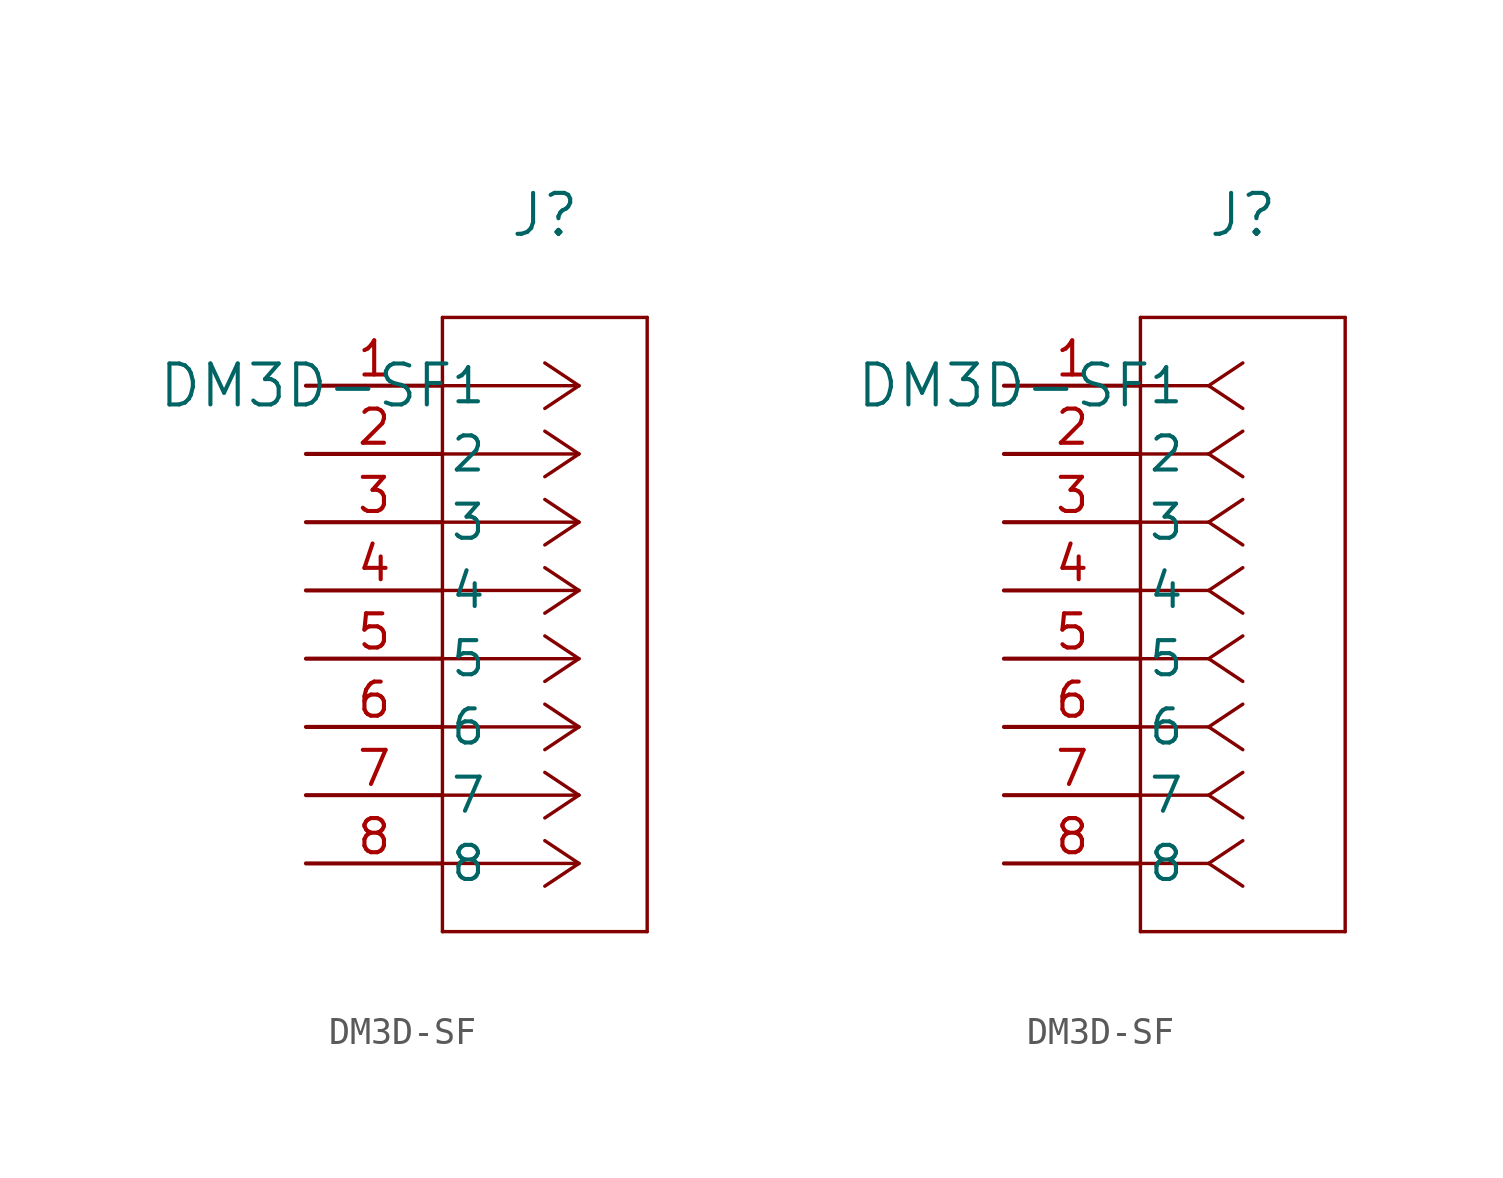
<source format=kicad_sym>
(kicad_symbol_lib
  (version 20211014)
  (generator kicad_symbol_editor)
  (symbol "DM3D-SF"
    (pin_names
      (offset 0.254))
    (property "Reference" "J"
      (at 8.89 6.35 0)
      (effects (font (size 1.524 1.524))))
    (property "Value" "DM3D-SF"
      (at 0 0 0)
      (effects (font (size 1.524 1.524))))
    (symbol "DM3D-SF_1_1"
      (polyline (pts (xy 10.16 0) (xy 5.08 0)) (stroke (width .127) (type default) (color 0 0 0 0)) (fill (type none)))
      (polyline (pts (xy 10.16 -2.54) (xy 5.08 -2.54)) (stroke (width .127) (type default) (color 0 0 0 0)) (fill (type none)))
      (polyline (pts (xy 10.16 -5.08) (xy 5.08 -5.08)) (stroke (width .127) (type default) (color 0 0 0 0)) (fill (type none)))
      (polyline (pts (xy 10.16 -7.62) (xy 5.08 -7.62)) (stroke (width .127) (type default) (color 0 0 0 0)) (fill (type none)))
      (polyline (pts (xy 10.16 -10.16) (xy 5.08 -10.16)) (stroke (width .127) (type default) (color 0 0 0 0)) (fill (type none)))
      (polyline (pts (xy 10.16 -12.7) (xy 5.08 -12.7)) (stroke (width .127) (type default) (color 0 0 0 0)) (fill (type none)))
      (polyline (pts (xy 10.16 -15.24) (xy 5.08 -15.24)) (stroke (width .127) (type default) (color 0 0 0 0)) (fill (type none)))
      (polyline (pts (xy 10.16 -17.78) (xy 5.08 -17.78)) (stroke (width .127) (type default) (color 0 0 0 0)) (fill (type none)))
      (polyline (pts (xy 10.16 0) (xy 8.89 .846666)) (stroke (width .127) (type default) (color 0 0 0 0)) (fill (type none)))
      (polyline (pts (xy 10.16 -2.54) (xy 8.89 -1.693)) (stroke (width .127) (type default) (color 0 0 0 0)) (fill (type none)))
      (polyline (pts (xy 10.16 -5.08) (xy 8.89 -4.233)) (stroke (width .127) (type default) (color 0 0 0 0)) (fill (type none)))
      (polyline (pts (xy 10.16 -7.62) (xy 8.89 -6.773)) (stroke (width .127) (type default) (color 0 0 0 0)) (fill (type none)))
      (polyline (pts (xy 10.16 -10.16) (xy 8.89 -9.313)) (stroke (width .127) (type default) (color 0 0 0 0)) (fill (type none)))
      (polyline (pts (xy 10.16 -12.7) (xy 8.89 -11.853)) (stroke (width .127) (type default) (color 0 0 0 0)) (fill (type none)))
      (polyline (pts (xy 10.16 -15.24) (xy 8.89 -14.393)) (stroke (width .127) (type default) (color 0 0 0 0)) (fill (type none)))
      (polyline (pts (xy 10.16 -17.78) (xy 8.89 -16.933)) (stroke (width .127) (type default) (color 0 0 0 0)) (fill (type none)))
      (polyline (pts (xy 10.16 0) (xy 8.89 -.846666)) (stroke (width .127) (type default) (color 0 0 0 0)) (fill (type none)))
      (polyline (pts (xy 10.16 -2.54) (xy 8.89 -3.387)) (stroke (width .127) (type default) (color 0 0 0 0)) (fill (type none)))
      (polyline (pts (xy 10.16 -5.08) (xy 8.89 -5.927)) (stroke (width .127) (type default) (color 0 0 0 0)) (fill (type none)))
      (polyline (pts (xy 10.16 -7.62) (xy 8.89 -8.467)) (stroke (width .127) (type default) (color 0 0 0 0)) (fill (type none)))
      (polyline (pts (xy 10.16 -10.16) (xy 8.89 -11.007)) (stroke (width .127) (type default) (color 0 0 0 0)) (fill (type none)))
      (polyline (pts (xy 10.16 -12.7) (xy 8.89 -13.547)) (stroke (width .127) (type default) (color 0 0 0 0)) (fill (type none)))
      (polyline (pts (xy 10.16 -15.24) (xy 8.89 -16.087)) (stroke (width .127) (type default) (color 0 0 0 0)) (fill (type none)))
      (polyline (pts (xy 10.16 -17.78) (xy 8.89 -18.627)) (stroke (width .127) (type default) (color 0 0 0 0)) (fill (type none)))
      (polyline (pts (xy 5.08 2.54) (xy 5.08 -20.32)) (stroke (width .127) (type default) (color 0 0 0 0)) (fill (type none)))
      (polyline (pts (xy 5.08 -20.32) (xy 12.7 -20.32)) (stroke (width .127) (type default) (color 0 0 0 0)) (fill (type none)))
      (polyline (pts (xy 12.7 -20.32) (xy 12.7 2.54)) (stroke (width .127) (type default) (color 0 0 0 0)) (fill (type none)))
      (polyline (pts (xy 12.7 2.54) (xy 5.08 2.54)) (stroke (width .127) (type default) (color 0 0 0 0)) (fill (type none)))
      (pin unspecified line (at 0 0 0) (length 5.08) (name "1" (effects (font (size 1.27 1.27)))) (number "1" (effects (font (size 1.27 1.27)))))
      (pin unspecified line (at 0 -2.54 0) (length 5.08) (name "2" (effects (font (size 1.27 1.27)))) (number "2" (effects (font (size 1.27 1.27)))))
      (pin unspecified line (at 0 -5.08 0) (length 5.08) (name "3" (effects (font (size 1.27 1.27)))) (number "3" (effects (font (size 1.27 1.27)))))
      (pin unspecified line (at 0 -7.62 0) (length 5.08) (name "4" (effects (font (size 1.27 1.27)))) (number "4" (effects (font (size 1.27 1.27)))))
      (pin unspecified line (at 0 -10.16 0) (length 5.08) (name "5" (effects (font (size 1.27 1.27)))) (number "5" (effects (font (size 1.27 1.27)))))
      (pin unspecified line (at 0 -12.7 0) (length 5.08) (name "6" (effects (font (size 1.27 1.27)))) (number "6" (effects (font (size 1.27 1.27)))))
      (pin unspecified line (at 0 -15.24 0) (length 5.08) (name "7" (effects (font (size 1.27 1.27)))) (number "7" (effects (font (size 1.27 1.27)))))
      (pin unspecified line (at 0 -17.78 0) (length 5.08) (name "8" (effects (font (size 1.27 1.27)))) (number "8" (effects (font (size 1.27 1.27))))))
    (symbol "DM3D-SF_1_2"
      (polyline (pts (xy 7.62 0) (xy 5.08 0)) (stroke (width .127) (type default) (color 0 0 0 0)) (fill (type none)))
      (polyline (pts (xy 7.62 -2.54) (xy 5.08 -2.54)) (stroke (width .127) (type default) (color 0 0 0 0)) (fill (type none)))
      (polyline (pts (xy 7.62 -5.08) (xy 5.08 -5.08)) (stroke (width .127) (type default) (color 0 0 0 0)) (fill (type none)))
      (polyline (pts (xy 7.62 -7.62) (xy 5.08 -7.62)) (stroke (width .127) (type default) (color 0 0 0 0)) (fill (type none)))
      (polyline (pts (xy 7.62 -10.16) (xy 5.08 -10.16)) (stroke (width .127) (type default) (color 0 0 0 0)) (fill (type none)))
      (polyline (pts (xy 7.62 -12.7) (xy 5.08 -12.7)) (stroke (width .127) (type default) (color 0 0 0 0)) (fill (type none)))
      (polyline (pts (xy 7.62 -15.24) (xy 5.08 -15.24)) (stroke (width .127) (type default) (color 0 0 0 0)) (fill (type none)))
      (polyline (pts (xy 7.62 -17.78) (xy 5.08 -17.78)) (stroke (width .127) (type default) (color 0 0 0 0)) (fill (type none)))
      (polyline (pts (xy 7.62 0) (xy 8.89 .846666)) (stroke (width .127) (type default) (color 0 0 0 0)) (fill (type none)))
      (polyline (pts (xy 7.62 -2.54) (xy 8.89 -1.693)) (stroke (width .127) (type default) (color 0 0 0 0)) (fill (type none)))
      (polyline (pts (xy 7.62 -5.08) (xy 8.89 -4.233)) (stroke (width .127) (type default) (color 0 0 0 0)) (fill (type none)))
      (polyline (pts (xy 7.62 -7.62) (xy 8.89 -6.773)) (stroke (width .127) (type default) (color 0 0 0 0)) (fill (type none)))
      (polyline (pts (xy 7.62 -10.16) (xy 8.89 -9.313)) (stroke (width .127) (type default) (color 0 0 0 0)) (fill (type none)))
      (polyline (pts (xy 7.62 -12.7) (xy 8.89 -11.853)) (stroke (width .127) (type default) (color 0 0 0 0)) (fill (type none)))
      (polyline (pts (xy 7.62 -15.24) (xy 8.89 -14.393)) (stroke (width .127) (type default) (color 0 0 0 0)) (fill (type none)))
      (polyline (pts (xy 7.62 -17.78) (xy 8.89 -16.933)) (stroke (width .127) (type default) (color 0 0 0 0)) (fill (type none)))
      (polyline (pts (xy 7.62 0) (xy 8.89 -.846666)) (stroke (width .127) (type default) (color 0 0 0 0)) (fill (type none)))
      (polyline (pts (xy 7.62 -2.54) (xy 8.89 -3.387)) (stroke (width .127) (type default) (color 0 0 0 0)) (fill (type none)))
      (polyline (pts (xy 7.62 -5.08) (xy 8.89 -5.927)) (stroke (width .127) (type default) (color 0 0 0 0)) (fill (type none)))
      (polyline (pts (xy 7.62 -7.62) (xy 8.89 -8.467)) (stroke (width .127) (type default) (color 0 0 0 0)) (fill (type none)))
      (polyline (pts (xy 7.62 -10.16) (xy 8.89 -11.007)) (stroke (width .127) (type default) (color 0 0 0 0)) (fill (type none)))
      (polyline (pts (xy 7.62 -12.7) (xy 8.89 -13.547)) (stroke (width .127) (type default) (color 0 0 0 0)) (fill (type none)))
      (polyline (pts (xy 7.62 -15.24) (xy 8.89 -16.087)) (stroke (width .127) (type default) (color 0 0 0 0)) (fill (type none)))
      (polyline (pts (xy 7.62 -17.78) (xy 8.89 -18.627)) (stroke (width .127) (type default) (color 0 0 0 0)) (fill (type none)))
      (polyline (pts (xy 5.08 2.54) (xy 5.08 -20.32)) (stroke (width .127) (type default) (color 0 0 0 0)) (fill (type none)))
      (polyline (pts (xy 5.08 -20.32) (xy 12.7 -20.32)) (stroke (width .127) (type default) (color 0 0 0 0)) (fill (type none)))
      (polyline (pts (xy 12.7 -20.32) (xy 12.7 2.54)) (stroke (width .127) (type default) (color 0 0 0 0)) (fill (type none)))
      (polyline (pts (xy 12.7 2.54) (xy 5.08 2.54)) (stroke (width .127) (type default) (color 0 0 0 0)) (fill (type none)))
      (pin unspecified line (at 0 0 0) (length 5.08) (name "1" (effects (font (size 1.27 1.27)))) (number "1" (effects (font (size 1.27 1.27)))))
      (pin unspecified line (at 0 -2.54 0) (length 5.08) (name "2" (effects (font (size 1.27 1.27)))) (number "2" (effects (font (size 1.27 1.27)))))
      (pin unspecified line (at 0 -5.08 0) (length 5.08) (name "3" (effects (font (size 1.27 1.27)))) (number "3" (effects (font (size 1.27 1.27)))))
      (pin unspecified line (at 0 -7.62 0) (length 5.08) (name "4" (effects (font (size 1.27 1.27)))) (number "4" (effects (font (size 1.27 1.27)))))
      (pin unspecified line (at 0 -10.16 0) (length 5.08) (name "5" (effects (font (size 1.27 1.27)))) (number "5" (effects (font (size 1.27 1.27)))))
      (pin unspecified line (at 0 -12.7 0) (length 5.08) (name "6" (effects (font (size 1.27 1.27)))) (number "6" (effects (font (size 1.27 1.27)))))
      (pin unspecified line (at 0 -15.24 0) (length 5.08) (name "7" (effects (font (size 1.27 1.27)))) (number "7" (effects (font (size 1.27 1.27)))))
      (pin unspecified line (at 0 -17.78 0) (length 5.08) (name "8" (effects (font (size 1.27 1.27)))) (number "8" (effects (font (size 1.27 1.27))))))))
</source>
